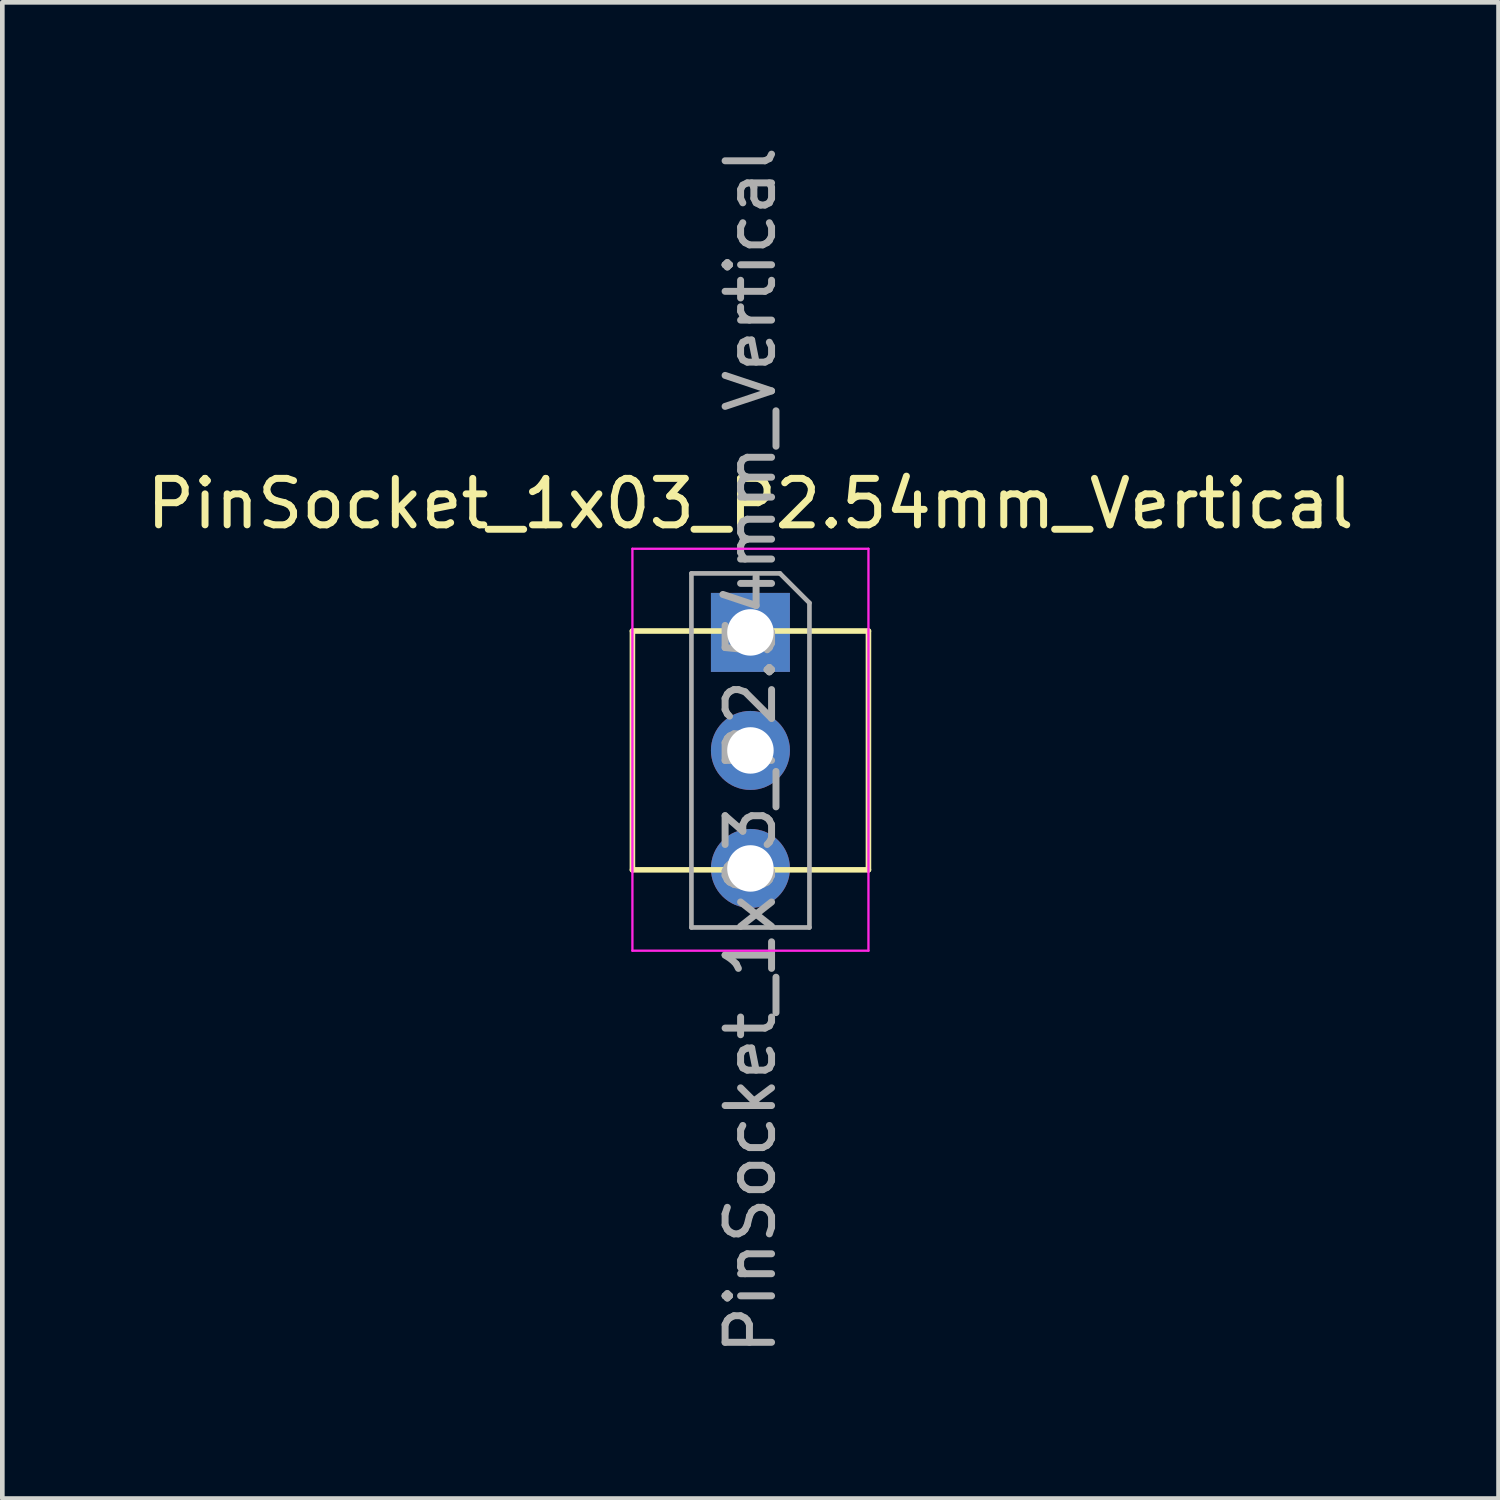
<source format=kicad_pcb>
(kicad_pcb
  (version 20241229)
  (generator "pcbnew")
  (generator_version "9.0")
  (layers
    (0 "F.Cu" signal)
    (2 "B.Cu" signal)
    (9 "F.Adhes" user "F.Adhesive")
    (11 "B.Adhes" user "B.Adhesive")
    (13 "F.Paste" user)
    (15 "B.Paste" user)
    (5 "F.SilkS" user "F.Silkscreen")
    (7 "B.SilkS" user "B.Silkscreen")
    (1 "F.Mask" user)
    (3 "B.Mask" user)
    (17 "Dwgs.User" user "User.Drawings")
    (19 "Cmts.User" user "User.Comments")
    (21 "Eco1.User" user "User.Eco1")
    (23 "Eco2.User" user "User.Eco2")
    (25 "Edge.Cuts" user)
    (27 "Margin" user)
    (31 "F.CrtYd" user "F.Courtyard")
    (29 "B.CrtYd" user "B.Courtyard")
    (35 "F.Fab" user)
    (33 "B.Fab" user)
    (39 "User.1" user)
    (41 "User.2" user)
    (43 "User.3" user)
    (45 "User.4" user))
  (footprint "PinSocket_1x03_P2.54mm_Vertical"
    (layer "F.Cu")
    (at 13.101 10.561)
    (property "Reference" "PinSocket_1x03_P2.54mm_Vertical" (at 0 -2.77 0) (layer "F.SilkS") (effects (font (size 1 1) (thickness 0.15))))
    (attr through_hole)
    (fp_line (start -2.54 -0.03) (end -2.54 5.11) (stroke (width 0.12) (type solid)) (layer "F.SilkS"))
    (fp_line (start -2.54 -0.03) (end 2.54 -0.03) (stroke (width 0.12) (type solid)) (layer "F.SilkS"))
    (fp_line (start -2.54 5.11) (end 2.54 5.11) (stroke (width 0.12) (type solid)) (layer "F.SilkS"))
    (fp_line (start 2.54 -0.03) (end 2.54 5.11) (stroke (width 0.12) (type solid)) (layer "F.SilkS"))
    (fp_line (start -2.54 -1.8) (end 2.54 -1.8) (stroke (width 0.05) (type solid)) (layer "F.CrtYd"))
    (fp_line (start -2.54 6.85) (end -2.54 -1.8) (stroke (width 0.05) (type solid)) (layer "F.CrtYd"))
    (fp_line (start 2.54 -1.8) (end 2.54 6.85) (stroke (width 0.05) (type solid)) (layer "F.CrtYd"))
    (fp_line (start 2.54 6.85) (end -2.54 6.85) (stroke (width 0.05) (type solid)) (layer "F.CrtYd"))
    (fp_line (start -1.27 -1.27) (end 0.635 -1.27) (stroke (width 0.1) (type solid)) (layer "F.Fab"))
    (fp_line (start -1.27 6.35) (end -1.27 -1.27) (stroke (width 0.1) (type solid)) (layer "F.Fab"))
    (fp_line (start 0.635 -1.27) (end 1.27 -0.635) (stroke (width 0.1) (type solid)) (layer "F.Fab"))
    (fp_line (start 1.27 -0.635) (end 1.27 6.35) (stroke (width 0.1) (type solid)) (layer "F.Fab"))
    (fp_line (start 1.27 6.35) (end -1.27 6.35) (stroke (width 0.1) (type solid)) (layer "F.Fab"))
    (fp_text user "${REFERENCE}" (at 0 2.54 90) (layer "F.Fab") (effects (font (size 1 1) (thickness 0.15))))
    (pad "1" thru_hole rect (at 0 0) (size 1.7 1.7) (drill 1) (layers "*.Cu" "*.Mask"))
    (pad "2" thru_hole oval (at 0 2.54) (size 1.7 1.7) (drill 1) (layers "*.Cu" "*.Mask"))
    (pad "3" thru_hole oval (at 0 5.08) (size 1.7 1.7) (drill 1) (layers "*.Cu" "*.Mask")))
  (gr_rect
    (start -3 -3)
    (end 29.202 29.202)
    (stroke (width 0.1) (type default))
    (fill no)
    (layer "Edge.Cuts")))
</source>
